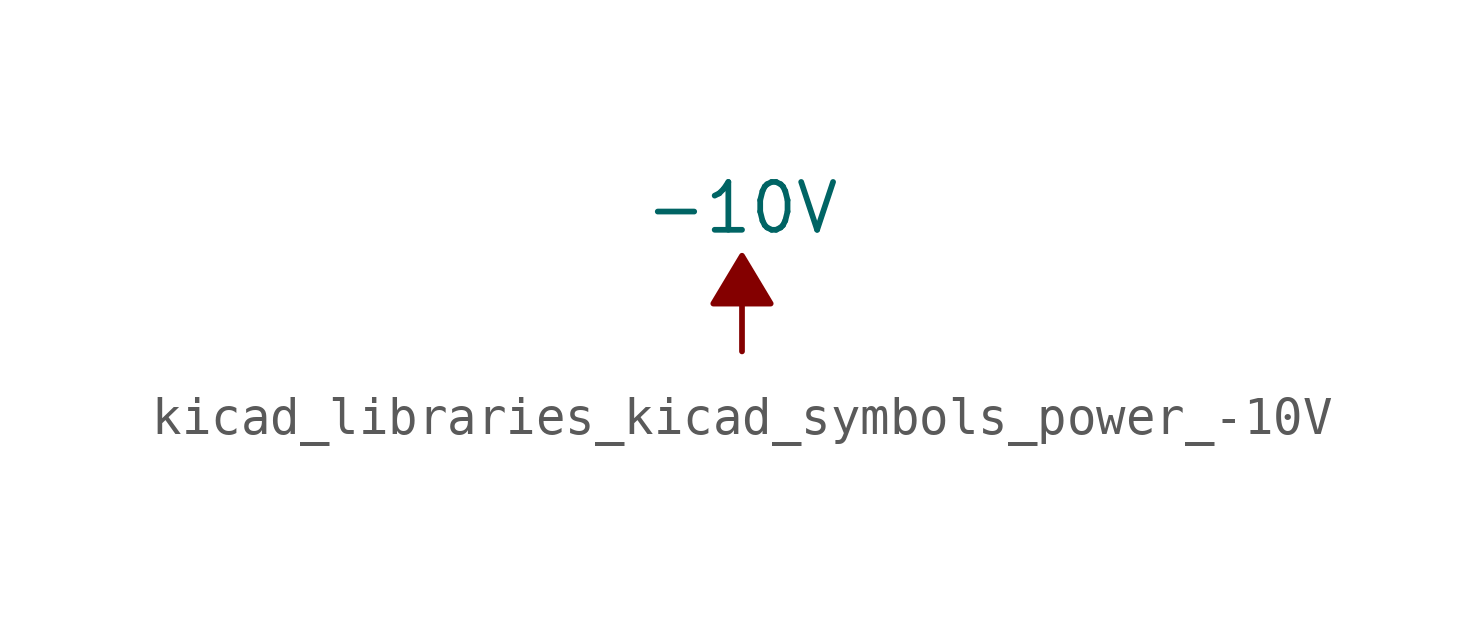
<source format=kicad_sym>
(kicad_symbol_lib
  (version 20220914)
  (generator kicad_symbol_editor)
  (symbol "kicad_libraries_kicad_symbols_power_-10V"
    (power)
    (pin_names
      (offset 0))
    (property "Reference" "#PWR"
      (at 0 2.54 0)
      (effects (font (size 1.27 1.27)) hide))
    (property "Value" "-10V"
      (at 0 3.81 0)
      (effects (font (size 1.27 1.27))))
    (symbol "kicad_libraries_kicad_symbols_power_-10V_0_0"
      (pin power_in line (at 0 0 90) (length 0) hide (name "-10V" (effects (font (size 1.27 1.27)))) (number "1" (effects (font (size 1.27 1.27))))))
    (symbol "kicad_libraries_kicad_symbols_power_-10V_0_1"
      (polyline (pts (xy 0 0) (xy 0 1.27) (xy 0.762 1.27) (xy 0 2.54) (xy -0.762 1.27) (xy 0 1.27)) (stroke (width 0) (type default)) (fill (type outline))))))
</source>
